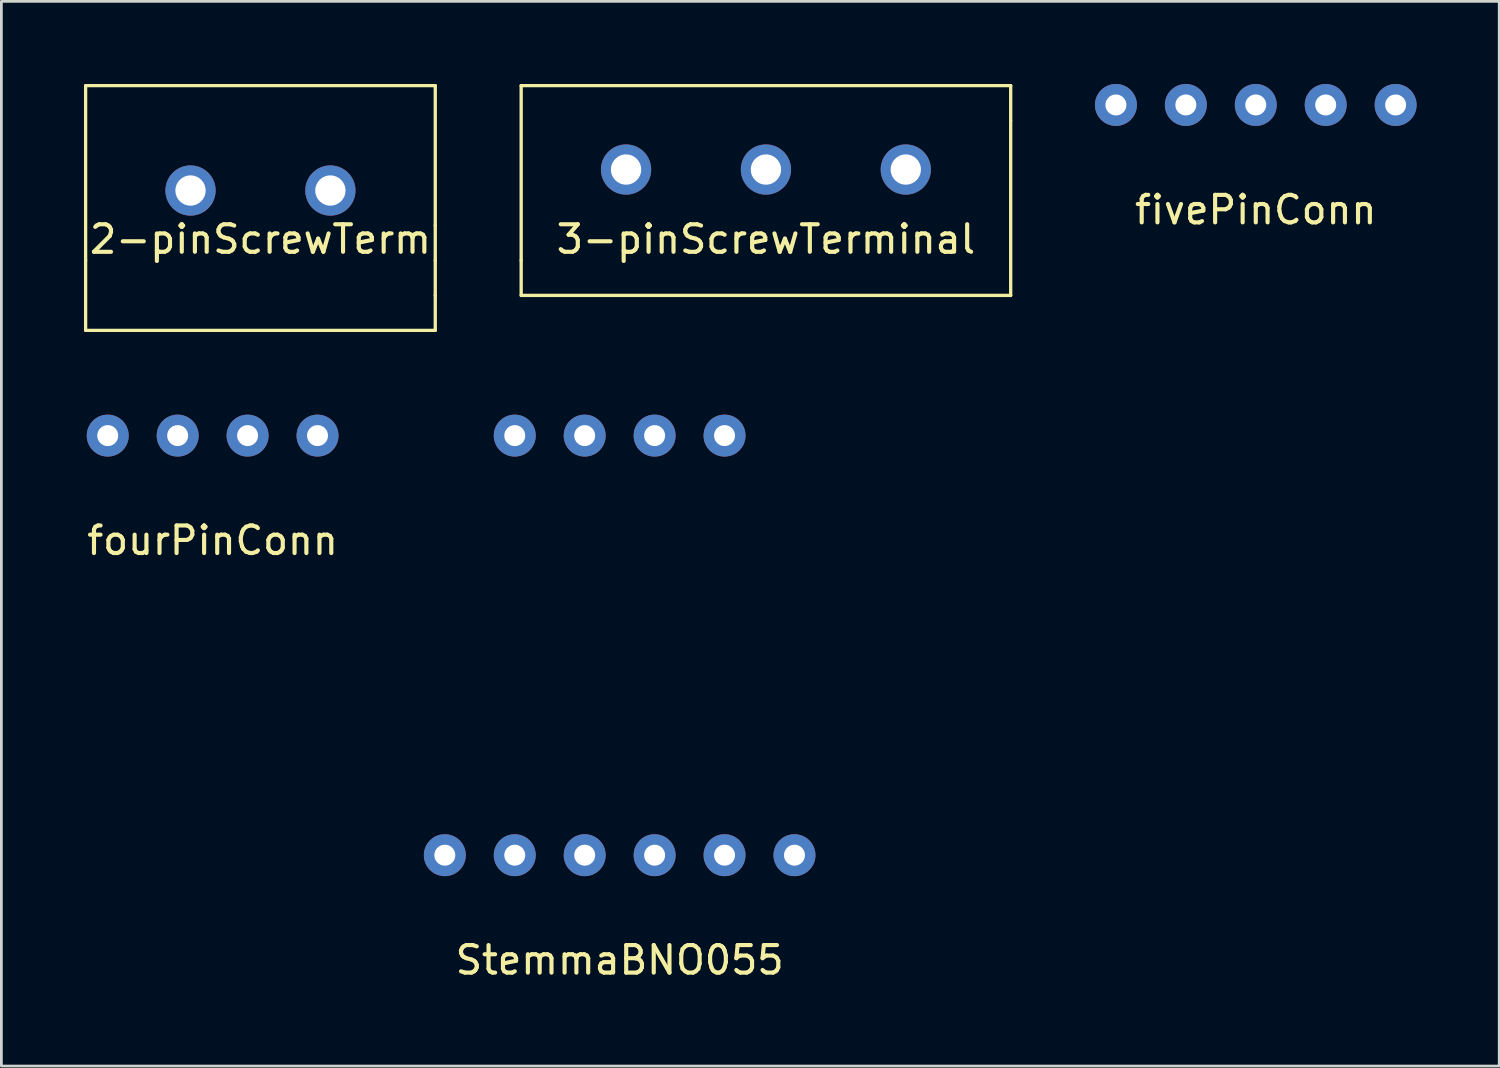
<source format=kicad_pcb>
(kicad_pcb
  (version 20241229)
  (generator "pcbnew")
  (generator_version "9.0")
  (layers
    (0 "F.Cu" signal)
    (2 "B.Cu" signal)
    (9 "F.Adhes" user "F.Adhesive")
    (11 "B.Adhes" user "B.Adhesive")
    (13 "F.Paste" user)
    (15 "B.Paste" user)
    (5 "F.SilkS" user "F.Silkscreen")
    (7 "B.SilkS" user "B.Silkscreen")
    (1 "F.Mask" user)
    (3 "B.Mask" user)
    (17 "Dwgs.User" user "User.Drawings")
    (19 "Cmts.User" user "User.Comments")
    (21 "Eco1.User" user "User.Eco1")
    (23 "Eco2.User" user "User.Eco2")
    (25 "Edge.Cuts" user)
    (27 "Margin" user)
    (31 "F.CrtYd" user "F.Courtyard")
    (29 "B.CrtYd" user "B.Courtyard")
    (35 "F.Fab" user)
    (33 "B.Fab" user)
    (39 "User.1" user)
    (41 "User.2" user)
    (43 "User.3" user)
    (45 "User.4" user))
  (footprint "StemmaBNO055"
    (layer "F.Cu")
    (at 19.457 21.662)
    (property "Reference" "StemmaBNO055" (at 0 10.16 0) (layer "F.SilkS") (effects (font (size 1 1) (thickness 0.15))))
    (attr through_hole)
    (pad "1" thru_hole circle (at -6.35 6.35) (size 1.524 1.524) (drill 0.762) (layers "*.Cu" "*.Mask"))
    (pad "2" thru_hole circle (at -3.81 6.35) (size 1.524 1.524) (drill 0.762) (layers "*.Cu" "*.Mask"))
    (pad "3" thru_hole circle (at -1.27 6.35) (size 1.524 1.524) (drill 0.762) (layers "*.Cu" "*.Mask"))
    (pad "4" thru_hole circle (at 1.27 6.35) (size 1.524 1.524) (drill 0.762) (layers "*.Cu" "*.Mask"))
    (pad "5" thru_hole circle (at 3.81 6.35) (size 1.524 1.524) (drill 0.762) (layers "*.Cu" "*.Mask"))
    (pad "6" thru_hole circle (at 6.35 6.35) (size 1.524 1.524) (drill 0.762) (layers "*.Cu" "*.Mask"))
    (pad "7" thru_hole circle (at -3.81 -8.89) (size 1.524 1.524) (drill 0.762) (layers "*.Cu" "*.Mask"))
    (pad "8" thru_hole circle (at -1.27 -8.89) (size 1.524 1.524) (drill 0.762) (layers "*.Cu" "*.Mask"))
    (pad "9" thru_hole circle (at 1.27 -8.89) (size 1.524 1.524) (drill 0.762) (layers "*.Cu" "*.Mask"))
    (pad "10" thru_hole circle (at 3.81 -8.89) (size 1.524 1.524) (drill 0.762) (layers "*.Cu" "*.Mask")))
  (footprint "3-pinScrewTerminal"
    (layer "F.Cu")
    (at 24.77 5.14)
    (property "Reference" "3-pinScrewTerminal" (at 0 0.5 0) (layer "F.SilkS") (effects (font (size 1 1) (thickness 0.15))))
    (attr through_hole)
    (fp_line (start -8.89 -5.08) (end -8.89 1.27) (stroke (width 0.12) (type solid)) (layer "F.SilkS"))
    (fp_line (start -8.89 1.27) (end -8.89 2.54) (stroke (width 0.12) (type solid)) (layer "F.SilkS"))
    (fp_line (start -8.89 2.54) (end 8.89 2.54) (stroke (width 0.12) (type solid)) (layer "F.SilkS"))
    (fp_line (start 8.89 -5.08) (end -8.89 -5.08) (stroke (width 0.12) (type solid)) (layer "F.SilkS"))
    (fp_line (start 8.89 -5.08) (end 8.89 -3.81) (stroke (width 0.12) (type solid)) (layer "F.SilkS"))
    (fp_line (start 8.89 2.54) (end 8.89 -3.81) (stroke (width 0.12) (type solid)) (layer "F.SilkS"))
    (pad "1" thru_hole circle (at -5.08 -2.032) (size 1.824 1.824) (drill 1.1) (layers "*.Cu" "*.Mask"))
    (pad "2" thru_hole circle (at 0 -2.032) (size 1.824 1.824) (drill 1.1) (layers "*.Cu" "*.Mask"))
    (pad "3" thru_hole circle (at 5.08 -2.032) (size 1.824 1.824) (drill 1.1) (layers "*.Cu" "*.Mask")))
  (footprint "fourPinConn"
    (layer "F.Cu")
    (at 4.673 12.772)
    (property "Reference" "fourPinConn" (at 0 3.81 0) (layer "F.SilkS") (effects (font (size 1 1) (thickness 0.15))))
    (attr through_hole)
    (pad "1" thru_hole circle (at -3.81 0) (size 1.524 1.524) (drill 0.762) (layers "*.Cu" "*.Mask"))
    (pad "2" thru_hole circle (at -1.27 0) (size 1.524 1.524) (drill 0.762) (layers "*.Cu" "*.Mask"))
    (pad "3" thru_hole circle (at 1.27 0) (size 1.524 1.524) (drill 0.762) (layers "*.Cu" "*.Mask"))
    (pad "4" thru_hole circle (at 3.81 0) (size 1.524 1.524) (drill 0.762) (layers "*.Cu" "*.Mask")))
  (footprint "fivePinConn"
    (layer "F.Cu")
    (at 42.562 0.762)
    (property "Reference" "fivePinConn" (at 0 3.81 0) (layer "F.SilkS") (effects (font (size 1 1) (thickness 0.15))))
    (attr through_hole)
    (pad "1" thru_hole circle (at -5.08 0) (size 1.524 1.524) (drill 0.762) (layers "*.Cu" "*.Mask"))
    (pad "2" thru_hole circle (at -2.54 0) (size 1.524 1.524) (drill 0.762) (layers "*.Cu" "*.Mask"))
    (pad "3" thru_hole circle (at 0 0) (size 1.524 1.524) (drill 0.762) (layers "*.Cu" "*.Mask"))
    (pad "4" thru_hole circle (at 2.54 0) (size 1.524 1.524) (drill 0.762) (layers "*.Cu" "*.Mask"))
    (pad "5" thru_hole circle (at 5.08 0) (size 1.524 1.524) (drill 0.762) (layers "*.Cu" "*.Mask")))
  (footprint "2-pinScrewTerm"
    (layer "F.Cu")
    (at 6.41 5.14)
    (property "Reference" "2-pinScrewTerm" (at 0 0.5 0) (layer "F.SilkS") (effects (font (size 1 1) (thickness 0.15))))
    (attr through_hole)
    (fp_line (start -6.35 -5.08) (end -6.35 1.27) (stroke (width 0.12) (type solid)) (layer "F.SilkS"))
    (fp_line (start -6.35 1.27) (end -6.35 3.81) (stroke (width 0.12) (type solid)) (layer "F.SilkS"))
    (fp_line (start -6.35 3.81) (end 6.35 3.81) (stroke (width 0.12) (type solid)) (layer "F.SilkS"))
    (fp_line (start 6.35 -5.08) (end -6.35 -5.08) (stroke (width 0.12) (type solid)) (layer "F.SilkS"))
    (fp_line (start 6.35 -5.08) (end 6.35 0) (stroke (width 0.12) (type solid)) (layer "F.SilkS"))
    (fp_line (start 6.35 0) (end 6.35 1.27) (stroke (width 0.12) (type solid)) (layer "F.SilkS"))
    (fp_line (start 6.35 2.54) (end 6.35 1.27) (stroke (width 0.12) (type solid)) (layer "F.SilkS"))
    (fp_line (start 6.35 2.54) (end 6.35 3.81) (stroke (width 0.12) (type solid)) (layer "F.SilkS"))
    (pad "1" thru_hole circle (at -2.54 -1.27) (size 1.824 1.824) (drill 1.1) (layers "*.Cu" "*.Mask"))
    (pad "2" thru_hole circle (at 2.54 -1.27) (size 1.824 1.824) (drill 1.1) (layers "*.Cu" "*.Mask")))
  (gr_rect
    (start -3 -3)
    (end 51.404 35.67)
    (stroke (width 0.1) (type default))
    (fill no)
    (layer "Edge.Cuts")))
</source>
